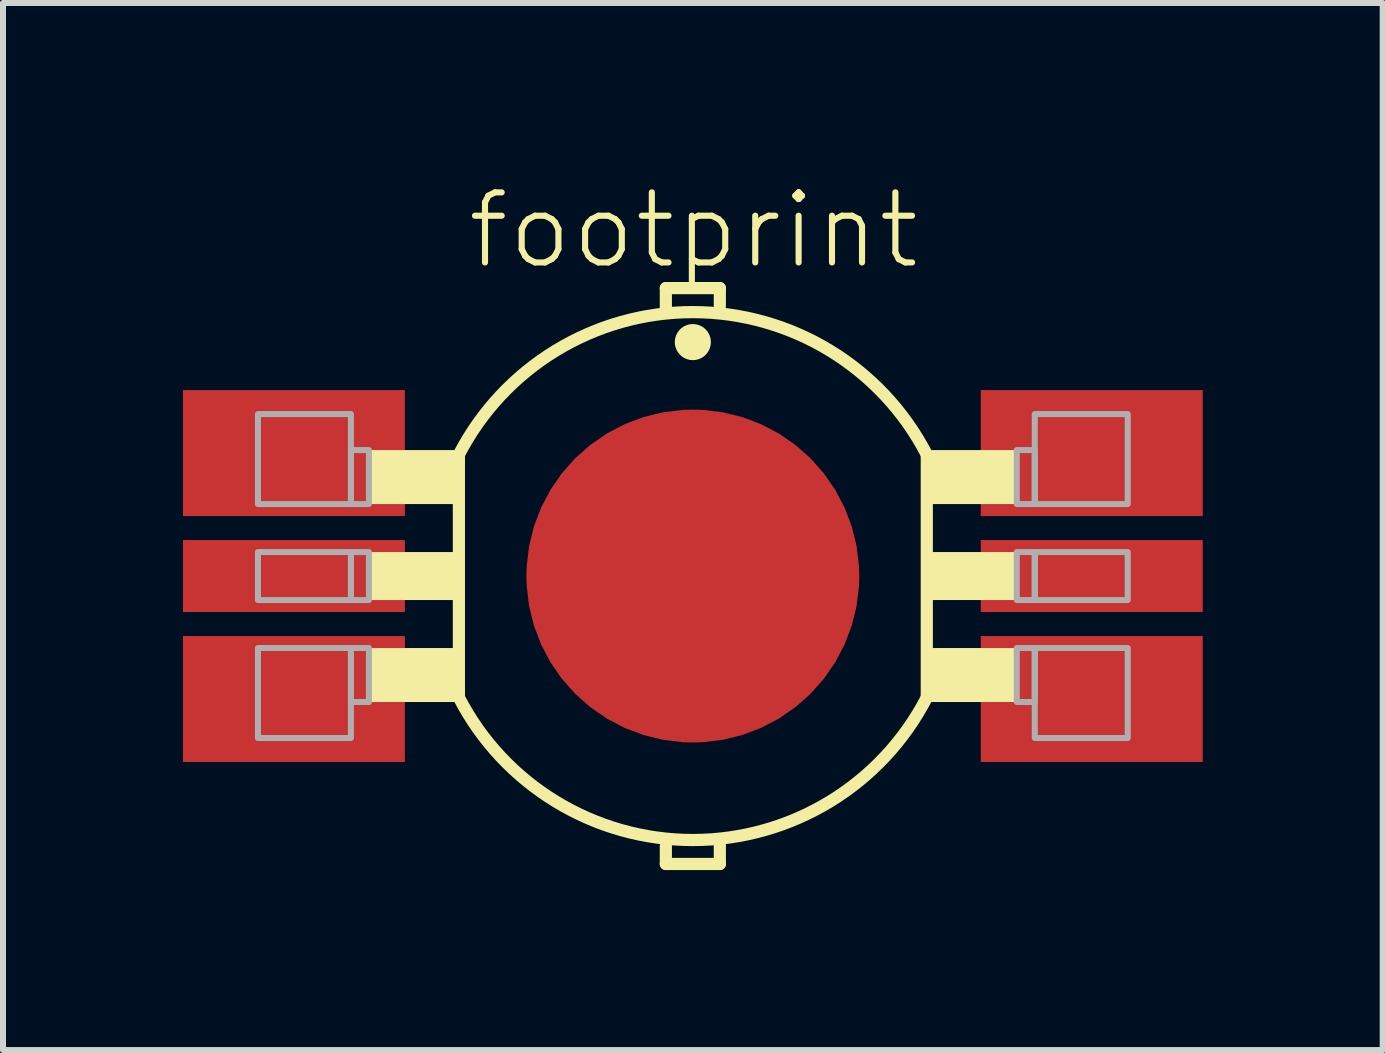
<source format=kicad_pcb>
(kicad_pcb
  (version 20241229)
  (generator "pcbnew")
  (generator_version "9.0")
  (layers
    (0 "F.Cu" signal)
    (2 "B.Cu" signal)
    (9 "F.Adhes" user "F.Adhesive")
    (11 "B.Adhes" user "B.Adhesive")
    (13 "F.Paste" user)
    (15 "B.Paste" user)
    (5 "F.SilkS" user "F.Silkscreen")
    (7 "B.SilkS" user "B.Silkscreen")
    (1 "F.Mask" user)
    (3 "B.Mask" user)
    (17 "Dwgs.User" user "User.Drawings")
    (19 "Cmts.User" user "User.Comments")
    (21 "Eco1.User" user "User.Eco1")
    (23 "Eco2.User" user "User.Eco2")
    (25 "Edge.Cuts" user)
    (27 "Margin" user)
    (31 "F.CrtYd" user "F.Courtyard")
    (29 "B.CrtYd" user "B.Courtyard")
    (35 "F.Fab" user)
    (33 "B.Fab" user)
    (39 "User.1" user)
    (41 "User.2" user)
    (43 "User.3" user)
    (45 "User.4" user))
  (footprint "footprint"
    (layer "F.Cu")
    (at 8.5 6.553)
    (property "Reference" "footprint" (at -3.81 -5.08 0) (layer "F.SilkS") (effects (font (size 1.168 1.168) (thickness 0.102)) (justify left bottom)))
    (fp_line (start -3.9 2.025) (end -3.9 -2.025) (stroke (width 0.203) (type solid)) (layer "F.SilkS"))
    (fp_line (start -0.45 -4.8) (end 0.45 -4.8) (stroke (width 0.203) (type solid)) (layer "F.SilkS"))
    (fp_line (start -0.45 -4.475) (end -0.45 -4.8) (stroke (width 0.203) (type solid)) (layer "F.SilkS"))
    (fp_line (start -0.45 4.8) (end -0.45 4.5) (stroke (width 0.203) (type solid)) (layer "F.SilkS"))
    (fp_line (start 0.45 -4.8) (end 0.45 -4.5) (stroke (width 0.203) (type solid)) (layer "F.SilkS"))
    (fp_line (start 0.45 4.475) (end 0.45 4.8) (stroke (width 0.203) (type solid)) (layer "F.SilkS"))
    (fp_line (start 0.45 4.8) (end -0.45 4.8) (stroke (width 0.203) (type solid)) (layer "F.SilkS"))
    (fp_line (start 3.9 -2.025) (end 3.9 2.025) (stroke (width 0.203) (type solid)) (layer "F.SilkS"))
    (fp_arc (start -3.9 -2.025) (mid 0.000001 -4.400002) (end 3.900001 -2.024998) (stroke (width 0.2032) (type solid)) (layer "F.SilkS"))
    (fp_arc (start 3.9 2.025) (mid -0.000001 4.400652) (end -3.900001 2.024998) (stroke (width 0.2032) (type solid)) (layer "F.SilkS"))
    (fp_circle (center 0 -3.9) (end 0.15 -3.9) (stroke (width 0.301) (type solid)) (fill yes) (layer "F.SilkS"))
    (fp_poly (pts (xy -5.4 -1.2) (xy -3.925 -1.2) (xy -3.925 -2.1) (xy -5.4 -2.1)) (stroke (width 0) (type solid)) (fill yes) (layer "F.SilkS"))
    (fp_poly (pts (xy -5.4 0.4) (xy -3.975 0.4) (xy -3.975 -0.4) (xy -5.4 -0.4)) (stroke (width 0) (type solid)) (fill yes) (layer "F.SilkS"))
    (fp_poly (pts (xy -5.4 2.1) (xy -3.975 2.1) (xy -3.975 1.2) (xy -5.4 1.2)) (stroke (width 0) (type solid)) (fill yes) (layer "F.SilkS"))
    (fp_poly (pts (xy 5.4 -2.1) (xy 3.975 -2.1) (xy 3.975 -1.2) (xy 5.4 -1.2)) (stroke (width 0) (type solid)) (fill yes) (layer "F.SilkS"))
    (fp_poly (pts (xy 5.4 -0.4) (xy 3.975 -0.4) (xy 3.975 0.4) (xy 5.4 0.4)) (stroke (width 0) (type solid)) (fill yes) (layer "F.SilkS"))
    (fp_poly (pts (xy 5.4 1.2) (xy 3.925 1.2) (xy 3.925 2.1) (xy 5.4 2.1)) (stroke (width 0) (type solid)) (fill yes) (layer "F.SilkS"))
    (fp_poly (pts (xy -7.25 -1.2) (xy -5.7 -1.2) (xy -5.7 -2.7) (xy -7.25 -2.7)) (stroke (width 0.1) (type solid)) (fill no) (layer "F.Fab"))
    (fp_poly (pts (xy -7.25 0.4) (xy -5.7 0.4) (xy -5.7 -0.4) (xy -7.25 -0.4)) (stroke (width 0.1) (type solid)) (fill no) (layer "F.Fab"))
    (fp_poly (pts (xy -7.25 2.7) (xy -5.7 2.7) (xy -5.7 1.2) (xy -7.25 1.2)) (stroke (width 0.1) (type solid)) (fill no) (layer "F.Fab"))
    (fp_poly (pts (xy -5.7 -1.2) (xy -5.4 -1.2) (xy -5.4 -2.1) (xy -5.7 -2.1)) (stroke (width 0.1) (type solid)) (fill no) (layer "F.Fab"))
    (fp_poly (pts (xy -5.7 0.4) (xy -5.4 0.4) (xy -5.4 -0.4) (xy -5.7 -0.4)) (stroke (width 0.1) (type solid)) (fill no) (layer "F.Fab"))
    (fp_poly (pts (xy -5.7 2.1) (xy -5.4 2.1) (xy -5.4 1.2) (xy -5.7 1.2)) (stroke (width 0.1) (type solid)) (fill no) (layer "F.Fab"))
    (fp_poly (pts (xy 5.7 -2.1) (xy 5.4 -2.1) (xy 5.4 -1.2) (xy 5.7 -1.2)) (stroke (width 0.1) (type solid)) (fill no) (layer "F.Fab"))
    (fp_poly (pts (xy 5.7 -0.4) (xy 5.4 -0.4) (xy 5.4 0.4) (xy 5.7 0.4)) (stroke (width 0.1) (type solid)) (fill no) (layer "F.Fab"))
    (fp_poly (pts (xy 5.7 1.2) (xy 5.4 1.2) (xy 5.4 2.1) (xy 5.7 2.1)) (stroke (width 0.1) (type solid)) (fill no) (layer "F.Fab"))
    (fp_poly (pts (xy 7.25 -2.7) (xy 5.7 -2.7) (xy 5.7 -1.2) (xy 7.25 -1.2)) (stroke (width 0.1) (type solid)) (fill no) (layer "F.Fab"))
    (fp_poly (pts (xy 7.25 -0.4) (xy 5.7 -0.4) (xy 5.7 0.4) (xy 7.25 0.4)) (stroke (width 0.1) (type solid)) (fill no) (layer "F.Fab"))
    (fp_poly (pts (xy 7.25 1.2) (xy 5.7 1.2) (xy 5.7 2.7) (xy 7.25 2.7)) (stroke (width 0.1) (type solid)) (fill no) (layer "F.Fab"))
    (pad "B+" smd rect (at 6.65 0 180) (size 3.7 1.2) (layers "F.Cu" "F.Mask" "F.Paste"))
    (pad "B-" smd rect (at 6.65 -2.05 180) (size 3.7 2.1) (layers "F.Cu" "F.Mask" "F.Paste"))
    (pad "G+" smd rect (at -6.65 2.05) (size 3.7 2.1) (layers "F.Cu" "F.Mask" "F.Paste"))
    (pad "G-" smd rect (at -6.65 0) (size 3.7 1.2) (layers "F.Cu" "F.Mask" "F.Paste"))
    (pad "R+" smd rect (at 6.65 2.05 180) (size 3.7 2.1) (layers "F.Cu" "F.Mask" "F.Paste"))
    (pad "R-" smd rect (at -6.65 -2.05) (size 3.7 2.1) (layers "F.Cu" "F.Mask" "F.Paste"))
    (pad "TH" smd roundrect (at 0 0) (size 5.55 5.55) (layers "F.Cu" "F.Mask" "F.Paste") (roundrect_rratio 0.5)))
  (gr_rect
    (start -3 -3)
    (end 20 14.455)
    (stroke (width 0.1) (type default))
    (fill no)
    (layer "Edge.Cuts")))
</source>
